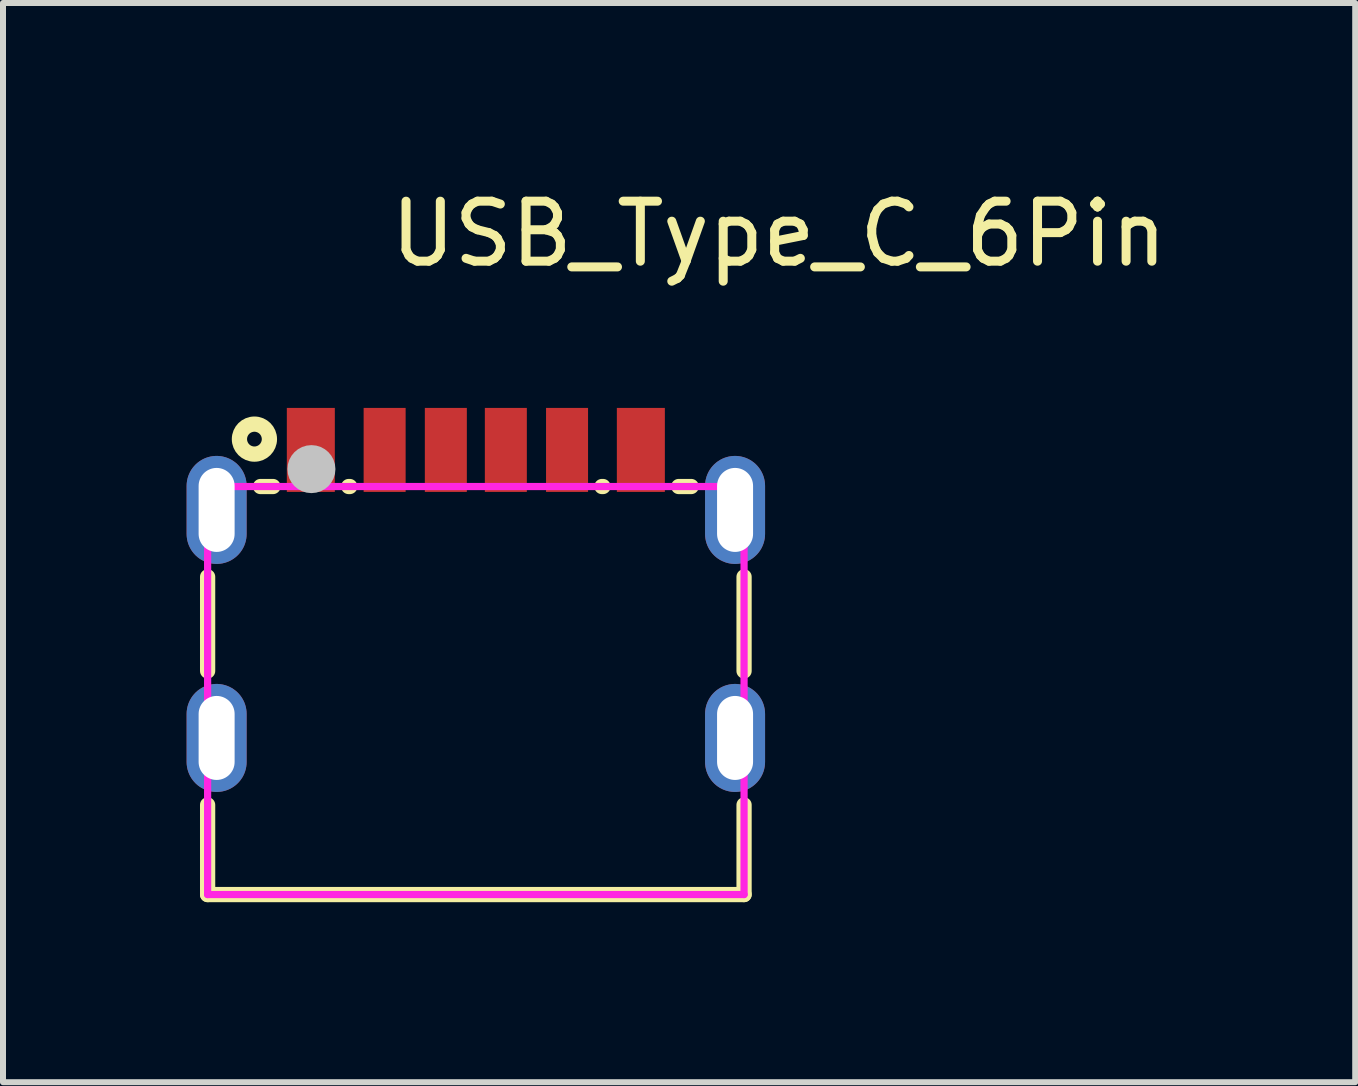
<source format=kicad_pcb>
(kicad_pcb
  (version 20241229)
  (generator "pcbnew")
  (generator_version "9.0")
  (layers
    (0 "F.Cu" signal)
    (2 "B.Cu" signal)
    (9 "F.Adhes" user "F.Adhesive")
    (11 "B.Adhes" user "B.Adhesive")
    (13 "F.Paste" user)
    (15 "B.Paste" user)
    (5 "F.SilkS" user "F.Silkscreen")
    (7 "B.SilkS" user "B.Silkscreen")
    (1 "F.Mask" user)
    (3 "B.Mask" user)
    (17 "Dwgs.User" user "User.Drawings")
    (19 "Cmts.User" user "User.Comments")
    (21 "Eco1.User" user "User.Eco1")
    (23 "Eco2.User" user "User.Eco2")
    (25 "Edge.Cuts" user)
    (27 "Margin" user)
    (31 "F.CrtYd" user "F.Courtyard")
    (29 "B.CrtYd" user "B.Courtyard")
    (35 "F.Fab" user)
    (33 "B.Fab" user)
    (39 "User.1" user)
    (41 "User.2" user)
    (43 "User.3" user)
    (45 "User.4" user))
  (footprint "USB_Type_C_6Pin"
    (layer "F.Cu")
    (at 4.88 6.848)
    (property "Reference" "USB_Type_C_6Pin" (at -1.5 -6 0) (layer "F.SilkS") (effects (font (size 1 1) (thickness 0.15)) (justify left)))
    (property "Description" "" (at 0 0 0) (layer "F.Fab") (effects (font (size 1.27 1.27) (thickness 0.15))))
    (attr through_hole)
    (fp_line (start -4.47 1.284) (end -4.47 -0.285) (stroke (width 0.254) (type solid)) (layer "F.SilkS"))
    (fp_line (start -4.47 5.01) (end -4.47 3.516) (stroke (width 0.254) (type solid)) (layer "F.SilkS"))
    (fp_line (start -3.589 -1.79) (end -3.381 -1.79) (stroke (width 0.254) (type solid)) (layer "F.SilkS"))
    (fp_line (start -2.119 -1.79) (end -2.101 -1.79) (stroke (width 0.254) (type solid)) (layer "F.SilkS"))
    (fp_line (start 2.101 -1.79) (end 2.119 -1.79) (stroke (width 0.254) (type solid)) (layer "F.SilkS"))
    (fp_line (start 3.381 -1.79) (end 3.589 -1.79) (stroke (width 0.254) (type solid)) (layer "F.SilkS"))
    (fp_line (start 4.47 -0.285) (end 4.47 1.284) (stroke (width 0.254) (type solid)) (layer "F.SilkS"))
    (fp_line (start 4.47 3.516) (end 4.47 5.01) (stroke (width 0.254) (type solid)) (layer "F.SilkS"))
    (fp_line (start 4.47 5.01) (end -4.47 5.01) (stroke (width 0.254) (type solid)) (layer "F.SilkS"))
    (fp_circle (center -3.69 -2.58) (end -3.44 -2.58) (stroke (width 0.254) (type solid)) (fill no) (layer "F.SilkS"))
    (fp_poly (pts (xy -3.15 -3.1) (xy -2.35 -3.1) (xy -2.35 -1.7) (xy -3.15 -1.7)) (stroke (width 0.12) (type solid)) (fill yes) (layer "F.Paste"))
    (fp_poly (pts (xy -1.87 -3.1) (xy -1.17 -3.1) (xy -1.17 -1.7) (xy -1.87 -1.7)) (stroke (width 0.12) (type solid)) (fill yes) (layer "F.Paste"))
    (fp_poly (pts (xy -0.85 -3.1) (xy -0.15 -3.1) (xy -0.15 -1.7) (xy -0.85 -1.7)) (stroke (width 0.12) (type solid)) (fill yes) (layer "F.Paste"))
    (fp_poly (pts (xy 0.15 -3.1) (xy 0.85 -3.1) (xy 0.85 -1.7) (xy 0.15 -1.7)) (stroke (width 0.12) (type solid)) (fill yes) (layer "F.Paste"))
    (fp_poly (pts (xy 1.17 -3.1) (xy 1.87 -3.1) (xy 1.87 -1.7) (xy 1.17 -1.7)) (stroke (width 0.12) (type solid)) (fill yes) (layer "F.Paste"))
    (fp_poly (pts (xy 2.35 -3.1) (xy 3.15 -3.1) (xy 3.15 -1.7) (xy 2.35 -1.7)) (stroke (width 0.12) (type solid)) (fill yes) (layer "F.Paste"))
    (fp_poly (pts (xy -4.82 -1.8) (xy -4.81 -1.898) (xy -4.782 -1.991) (xy -4.736 -2.078) (xy -4.674 -2.154) (xy -4.598 -2.216) (xy -4.511 -2.262) (xy -4.418 -2.291) (xy -4.32 -2.3) (xy -4.222 -2.291) (xy -4.129 -2.262) (xy -4.042 -2.216) (xy -3.966 -2.154) (xy -3.904 -2.078) (xy -3.858 -1.991) (xy -3.83 -1.898) (xy -3.82 -1.8) (xy -3.82 -1) (xy -3.83 -0.903) (xy -3.858 -0.809) (xy -3.904 -0.722) (xy -3.966 -0.647) (xy -4.042 -0.584) (xy -4.129 -0.538) (xy -4.222 -0.51) (xy -4.32 -0.5) (xy -4.418 -0.51) (xy -4.511 -0.538) (xy -4.598 -0.584) (xy -4.674 -0.647) (xy -4.736 -0.722) (xy -4.782 -0.809) (xy -4.81 -0.903) (xy -4.82 -1)) (stroke (width 0.12) (type solid)) (fill yes) (layer "F.Paste"))
    (fp_poly (pts (xy -4.82 2) (xy -4.81 1.902) (xy -4.782 1.809) (xy -4.736 1.722) (xy -4.674 1.646) (xy -4.598 1.584) (xy -4.511 1.538) (xy -4.418 1.51) (xy -4.32 1.5) (xy -4.222 1.51) (xy -4.129 1.538) (xy -4.042 1.584) (xy -3.966 1.646) (xy -3.904 1.722) (xy -3.858 1.809) (xy -3.83 1.902) (xy -3.82 2) (xy -3.82 2.8) (xy -3.83 2.898) (xy -3.858 2.991) (xy -3.904 3.078) (xy -3.966 3.154) (xy -4.042 3.216) (xy -4.129 3.262) (xy -4.222 3.29) (xy -4.32 3.3) (xy -4.418 3.29) (xy -4.511 3.262) (xy -4.598 3.216) (xy -4.674 3.154) (xy -4.736 3.078) (xy -4.782 2.991) (xy -4.81 2.898) (xy -4.82 2.8)) (stroke (width 0.12) (type solid)) (fill yes) (layer "F.Paste"))
    (fp_poly (pts (xy 3.82 -1.8) (xy 3.83 -1.898) (xy 3.858 -1.991) (xy 3.904 -2.078) (xy 3.967 -2.154) (xy 4.042 -2.216) (xy 4.129 -2.262) (xy 4.223 -2.291) (xy 4.32 -2.3) (xy 4.418 -2.291) (xy 4.511 -2.262) (xy 4.598 -2.216) (xy 4.674 -2.154) (xy 4.736 -2.078) (xy 4.782 -1.991) (xy 4.81 -1.898) (xy 4.82 -1.8) (xy 4.82 -1) (xy 4.81 -0.903) (xy 4.782 -0.809) (xy 4.736 -0.722) (xy 4.674 -0.647) (xy 4.598 -0.584) (xy 4.511 -0.538) (xy 4.418 -0.51) (xy 4.32 -0.5) (xy 4.223 -0.51) (xy 4.129 -0.538) (xy 4.042 -0.584) (xy 3.967 -0.647) (xy 3.904 -0.722) (xy 3.858 -0.809) (xy 3.83 -0.903) (xy 3.82 -1)) (stroke (width 0.12) (type solid)) (fill yes) (layer "F.Paste"))
    (fp_poly (pts (xy 3.82 2) (xy 3.83 1.902) (xy 3.858 1.809) (xy 3.904 1.722) (xy 3.967 1.646) (xy 4.042 1.584) (xy 4.129 1.538) (xy 4.223 1.51) (xy 4.32 1.5) (xy 4.418 1.51) (xy 4.511 1.538) (xy 4.598 1.584) (xy 4.674 1.646) (xy 4.736 1.722) (xy 4.782 1.809) (xy 4.81 1.902) (xy 4.82 2) (xy 4.82 2.8) (xy 4.81 2.898) (xy 4.782 2.991) (xy 4.736 3.078) (xy 4.674 3.154) (xy 4.598 3.216) (xy 4.511 3.262) (xy 4.418 3.29) (xy 4.32 3.3) (xy 4.223 3.29) (xy 4.129 3.262) (xy 4.042 3.216) (xy 3.967 3.154) (xy 3.904 3.078) (xy 3.858 2.991) (xy 3.83 2.898) (xy 3.82 2.8)) (stroke (width 0.12) (type solid)) (fill yes) (layer "F.Paste"))
    (fp_circle (center -2.74 -2.08) (end -2.54 -2.08) (stroke (width 0.4) (type solid)) (fill no) (layer "Dwgs.User"))
    (fp_circle (center -4.47 -2.14) (end -4.44 -2.14) (stroke (width 0.06) (type solid)) (fill no) (layer "Eco2.User"))
    (fp_poly (pts (xy -4.47 -1.8) (xy -4.17 -1.8) (xy -4.17 -1) (xy -4.47 -1)) (stroke (width 0.12) (type solid)) (fill no) (layer "Eco2.User"))
    (fp_poly (pts (xy -4.47 2) (xy -4.17 2) (xy -4.17 2.8) (xy -4.47 2.8)) (stroke (width 0.12) (type solid)) (fill no) (layer "Eco2.User"))
    (fp_poly (pts (xy -3.05 -2.14) (xy -2.45 -2.14) (xy -2.45 -1.14) (xy -3.05 -1.14)) (stroke (width 0.12) (type solid)) (fill no) (layer "Eco2.User"))
    (fp_poly (pts (xy -1.8 -2.14) (xy -1.24 -2.14) (xy -1.24 -1.14) (xy -1.8 -1.14)) (stroke (width 0.12) (type solid)) (fill no) (layer "Eco2.User"))
    (fp_poly (pts (xy -0.75 -2.14) (xy -0.25 -2.14) (xy -0.25 -1.14) (xy -0.75 -1.14)) (stroke (width 0.12) (type solid)) (fill no) (layer "Eco2.User"))
    (fp_poly (pts (xy 0.25 -2.14) (xy 0.75 -2.14) (xy 0.75 -1.14) (xy 0.25 -1.14)) (stroke (width 0.12) (type solid)) (fill no) (layer "Eco2.User"))
    (fp_poly (pts (xy 1.24 -2.14) (xy 1.8 -2.14) (xy 1.8 -1.14) (xy 1.24 -1.14)) (stroke (width 0.12) (type solid)) (fill no) (layer "Eco2.User"))
    (fp_poly (pts (xy 2.45 -2.14) (xy 3.05 -2.14) (xy 3.05 -1.14) (xy 2.45 -1.14)) (stroke (width 0.12) (type solid)) (fill no) (layer "Eco2.User"))
    (fp_poly (pts (xy 4.17 -1.8) (xy 4.47 -1.8) (xy 4.47 -1) (xy 4.17 -1)) (stroke (width 0.12) (type solid)) (fill no) (layer "Eco2.User"))
    (fp_poly (pts (xy 4.17 2) (xy 4.47 2) (xy 4.47 2.8) (xy 4.17 2.8)) (stroke (width 0.12) (type solid)) (fill no) (layer "Eco2.User"))
    (fp_line (start -4.47 -1.79) (end 4.47 -1.79) (stroke (width 0.12) (type solid)) (layer "F.CrtYd"))
    (fp_line (start -4.47 5.01) (end -4.47 -1.79) (stroke (width 0.12) (type solid)) (layer "F.CrtYd"))
    (fp_line (start 4.47 -1.79) (end 4.47 5.01) (stroke (width 0.12) (type solid)) (layer "F.CrtYd"))
    (fp_line (start 4.47 5.01) (end -4.47 5.01) (stroke (width 0.12) (type solid)) (layer "F.CrtYd"))
    (pad "1" thru_hole oval (at -4.32 -1.4) (size 1 1.8) (drill oval 0.6 1.4) (layers "*.Cu" "*.Mask"))
    (pad "2" thru_hole oval (at 4.32 -1.4) (size 1 1.8) (drill oval 0.6 1.4) (layers "*.Cu" "*.Mask"))
    (pad "3" thru_hole oval (at -4.32 2.4) (size 1 1.8) (drill oval 0.6 1.4) (layers "*.Cu" "*.Mask"))
    (pad "4" thru_hole oval (at 4.32 2.4) (size 1 1.8) (drill oval 0.6 1.4) (layers "*.Cu" "*.Mask"))
    (pad "A5" smd rect (at -0.5 -2.4) (size 0.7 1.4) (layers "F.Cu" "F.Mask" "F.Paste"))
    (pad "A9" smd rect (at 1.52 -2.4) (size 0.7 1.4) (layers "F.Cu" "F.Mask" "F.Paste"))
    (pad "A12" smd rect (at 2.75 -2.4) (size 0.8 1.4) (layers "F.Cu" "F.Mask" "F.Paste"))
    (pad "B5" smd rect (at 0.5 -2.4) (size 0.7 1.4) (layers "F.Cu" "F.Mask" "F.Paste"))
    (pad "B9" smd rect (at -1.52 -2.4) (size 0.7 1.4) (layers "F.Cu" "F.Mask" "F.Paste"))
    (pad "B12" smd rect (at -2.75 -2.4) (size 0.8 1.4) (layers "F.Cu" "F.Mask" "F.Paste")))
  (gr_rect
    (start -3 -3)
    (end 19.535 14.985)
    (stroke (width 0.1) (type default))
    (fill no)
    (layer "Edge.Cuts")))
</source>
